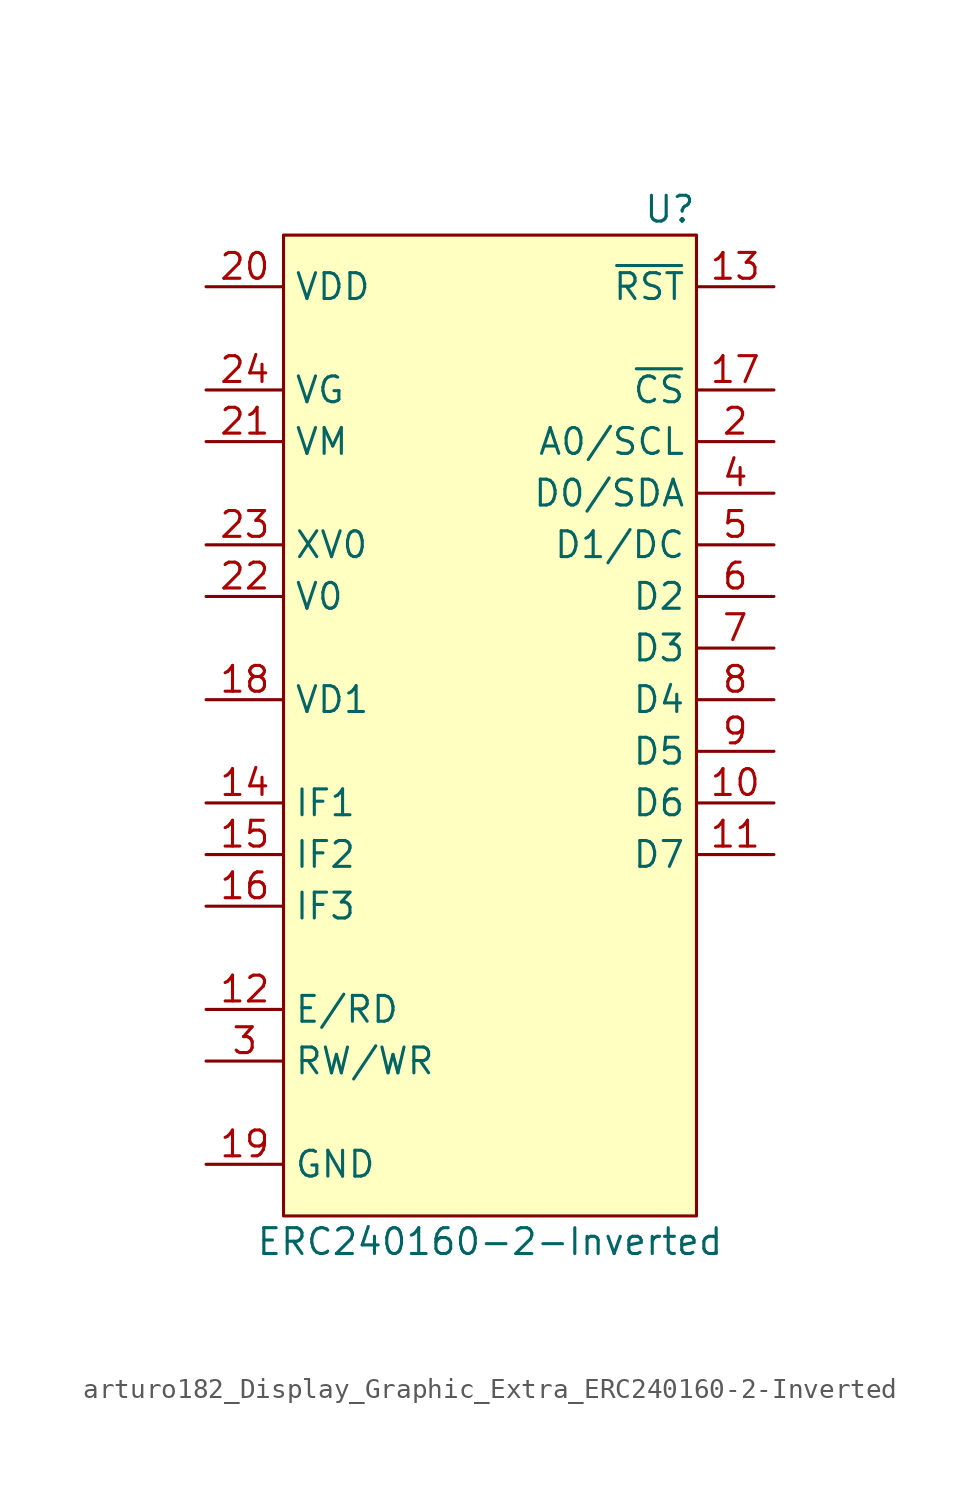
<source format=kicad_sym>
(kicad_symbol_lib
  (version 20220914)
  (generator kicad_symbol_editor)
  (symbol "arturo182_Display_Graphic_Extra_ERC240160-2-Inverted"
    (property "Reference" "U"
      (at 10.16 25.4 0)
      (effects (font (size 1.27 1.27)) (justify right)))
    (property "Value" "ERC240160-2-Inverted"
      (at 0 -25.4 0)
      (effects (font (size 1.27 1.27))))
    (symbol "arturo182_Display_Graphic_Extra_ERC240160-2-Inverted_0_1"
      (rectangle (start -10.16 24.13) (end 10.16 -24.13) (stroke (width 0) (type default)) (fill (type background))))
    (symbol "arturo182_Display_Graphic_Extra_ERC240160-2-Inverted_1_1"
      (pin passive line (at -13.97 -21.59 0) (length 3.81) hide (name "ESD" (effects (font (size 1.27 1.27)))) (number "1" (effects (font (size 1.27 1.27)))))
      (pin input line (at 13.97 -3.81 180) (length 3.81) (name "D6" (effects (font (size 1.27 1.27)))) (number "10" (effects (font (size 1.27 1.27)))))
      (pin input line (at 13.97 -6.35 180) (length 3.81) (name "D7" (effects (font (size 1.27 1.27)))) (number "11" (effects (font (size 1.27 1.27)))))
      (pin input line (at -13.97 -13.97 0) (length 3.81) (name "E/RD" (effects (font (size 1.27 1.27)))) (number "12" (effects (font (size 1.27 1.27)))))
      (pin input line (at 13.97 21.59 180) (length 3.81) (name "~{RST}" (effects (font (size 1.27 1.27)))) (number "13" (effects (font (size 1.27 1.27)))))
      (pin input line (at -13.97 -3.81 0) (length 3.81) (name "IF1" (effects (font (size 1.27 1.27)))) (number "14" (effects (font (size 1.27 1.27)))))
      (pin input line (at -13.97 -6.35 0) (length 3.81) (name "IF2" (effects (font (size 1.27 1.27)))) (number "15" (effects (font (size 1.27 1.27)))))
      (pin input line (at -13.97 -8.89 0) (length 3.81) (name "IF3" (effects (font (size 1.27 1.27)))) (number "16" (effects (font (size 1.27 1.27)))))
      (pin input line (at 13.97 16.51 180) (length 3.81) (name "~{CS}" (effects (font (size 1.27 1.27)))) (number "17" (effects (font (size 1.27 1.27)))))
      (pin input line (at -13.97 1.27 0) (length 3.81) (name "VD1" (effects (font (size 1.27 1.27)))) (number "18" (effects (font (size 1.27 1.27)))))
      (pin input line (at -13.97 -21.59 0) (length 3.81) (name "GND" (effects (font (size 1.27 1.27)))) (number "19" (effects (font (size 1.27 1.27)))))
      (pin input line (at 13.97 13.97 180) (length 3.81) (name "A0/SCL" (effects (font (size 1.27 1.27)))) (number "2" (effects (font (size 1.27 1.27)))))
      (pin input line (at -13.97 21.59 0) (length 3.81) (name "VDD" (effects (font (size 1.27 1.27)))) (number "20" (effects (font (size 1.27 1.27)))))
      (pin input line (at -13.97 13.97 0) (length 3.81) (name "VM" (effects (font (size 1.27 1.27)))) (number "21" (effects (font (size 1.27 1.27)))))
      (pin input line (at -13.97 6.35 0) (length 3.81) (name "V0" (effects (font (size 1.27 1.27)))) (number "22" (effects (font (size 1.27 1.27)))))
      (pin input line (at -13.97 8.89 0) (length 3.81) (name "XV0" (effects (font (size 1.27 1.27)))) (number "23" (effects (font (size 1.27 1.27)))))
      (pin input line (at -13.97 16.51 0) (length 3.81) (name "VG" (effects (font (size 1.27 1.27)))) (number "24" (effects (font (size 1.27 1.27)))))
      (pin passive line (at -13.97 -21.59 0) (length 3.81) hide (name "ESD" (effects (font (size 1.27 1.27)))) (number "25" (effects (font (size 1.27 1.27)))))
      (pin input line (at -13.97 -16.51 0) (length 3.81) (name "RW/WR" (effects (font (size 1.27 1.27)))) (number "3" (effects (font (size 1.27 1.27)))))
      (pin input line (at 13.97 11.43 180) (length 3.81) (name "D0/SDA" (effects (font (size 1.27 1.27)))) (number "4" (effects (font (size 1.27 1.27)))))
      (pin input line (at 13.97 8.89 180) (length 3.81) (name "D1/DC" (effects (font (size 1.27 1.27)))) (number "5" (effects (font (size 1.27 1.27)))))
      (pin input line (at 13.97 6.35 180) (length 3.81) (name "D2" (effects (font (size 1.27 1.27)))) (number "6" (effects (font (size 1.27 1.27)))))
      (pin input line (at 13.97 3.81 180) (length 3.81) (name "D3" (effects (font (size 1.27 1.27)))) (number "7" (effects (font (size 1.27 1.27)))))
      (pin input line (at 13.97 1.27 180) (length 3.81) (name "D4" (effects (font (size 1.27 1.27)))) (number "8" (effects (font (size 1.27 1.27)))))
      (pin input line (at 13.97 -1.27 180) (length 3.81) (name "D5" (effects (font (size 1.27 1.27)))) (number "9" (effects (font (size 1.27 1.27))))))))
</source>
